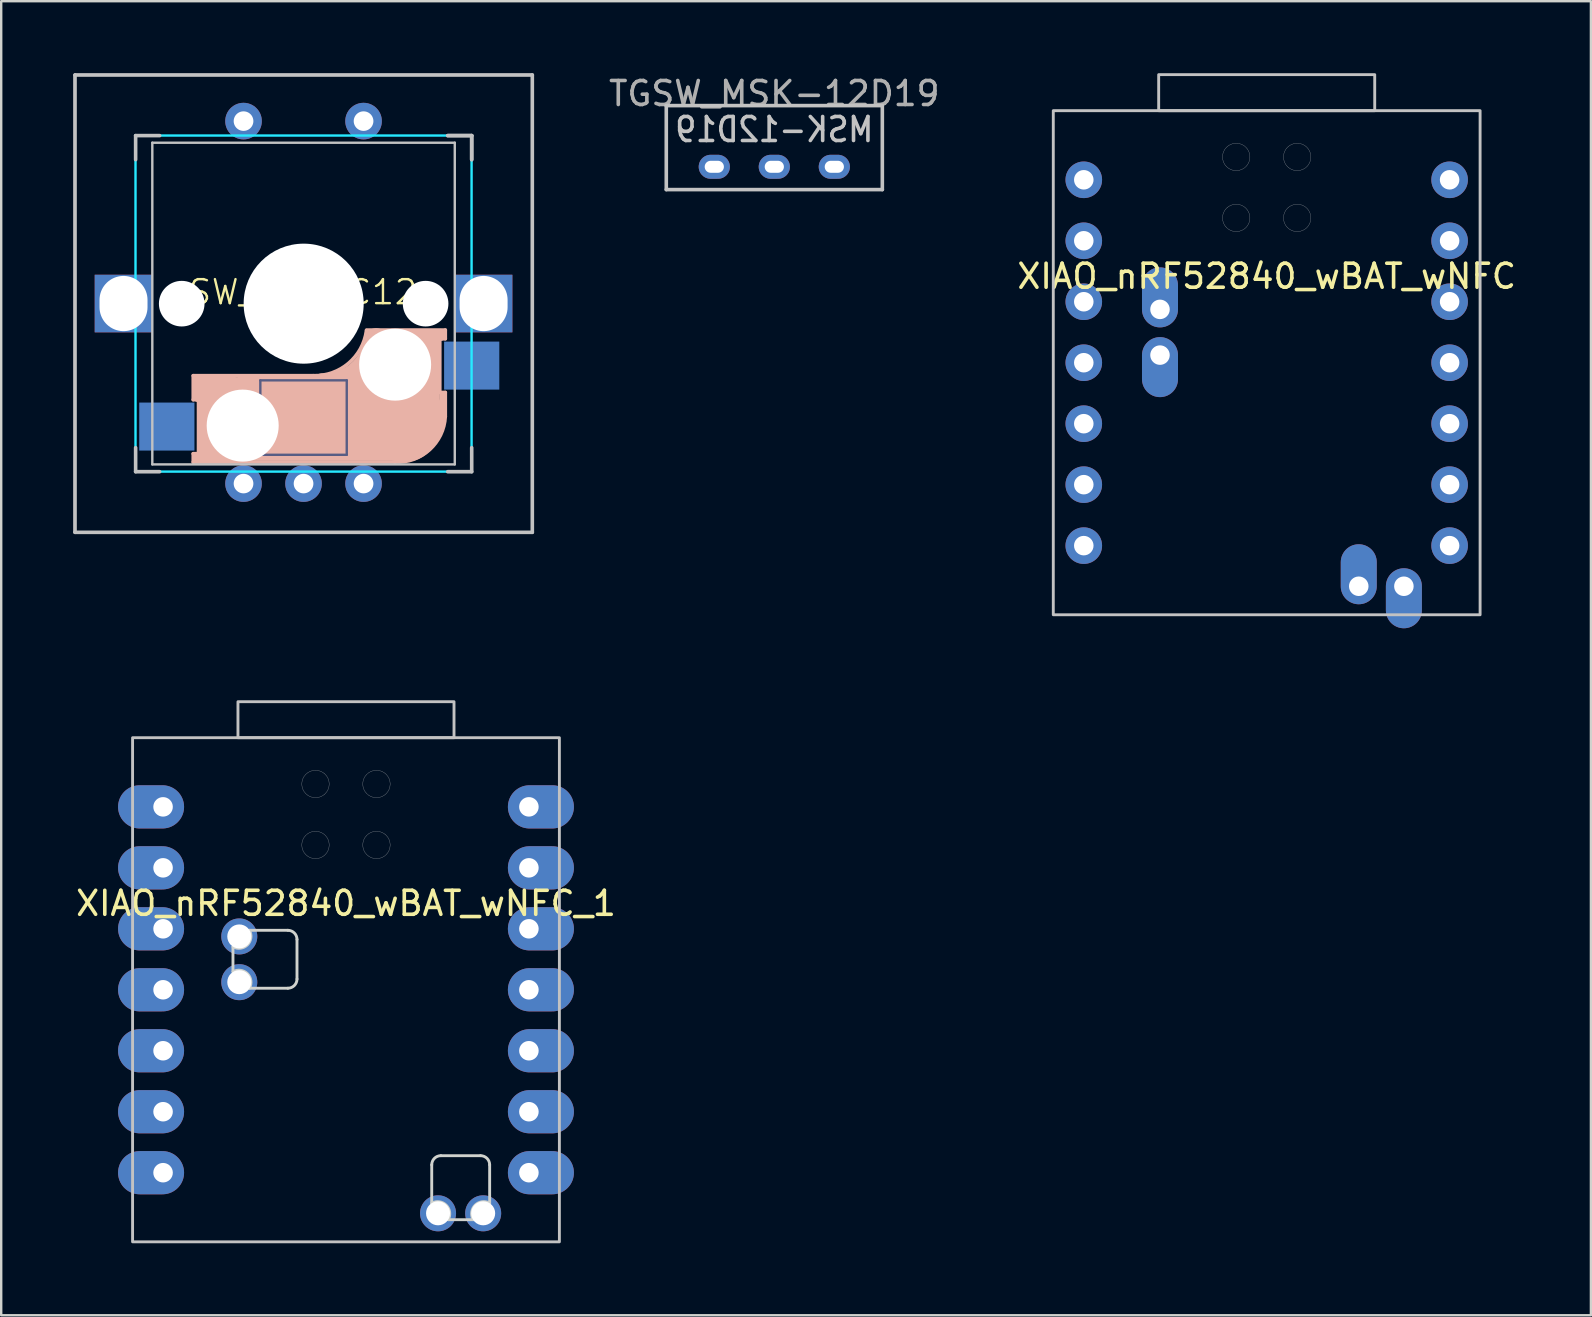
<source format=kicad_pcb>
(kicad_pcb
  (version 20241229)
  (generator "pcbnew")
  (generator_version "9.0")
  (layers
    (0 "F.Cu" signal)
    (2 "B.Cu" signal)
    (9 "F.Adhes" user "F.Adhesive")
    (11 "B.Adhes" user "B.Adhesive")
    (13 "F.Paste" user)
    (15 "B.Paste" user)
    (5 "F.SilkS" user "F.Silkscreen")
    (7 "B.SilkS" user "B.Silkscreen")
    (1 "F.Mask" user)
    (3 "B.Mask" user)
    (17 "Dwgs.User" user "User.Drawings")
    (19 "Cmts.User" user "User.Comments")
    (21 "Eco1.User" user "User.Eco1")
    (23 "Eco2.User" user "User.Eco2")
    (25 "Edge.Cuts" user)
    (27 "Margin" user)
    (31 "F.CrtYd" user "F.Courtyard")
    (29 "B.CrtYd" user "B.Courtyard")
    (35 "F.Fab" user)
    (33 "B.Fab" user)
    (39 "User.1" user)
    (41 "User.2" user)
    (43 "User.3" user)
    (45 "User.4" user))
  (footprint "TGSW_MSK-12D19"
    (layer "F.Cu")
    (at 29.206 1.148)
    (property "Reference" "TGSW_MSK-12D19" (at 0 -0.3 0) (layer "F.Fab") (effects (font (size 1 1) (thickness 0.15))))
    (attr through_hole)
    (fp_line (start -4.5 0.2) (end 4.5 0.2) (stroke (width 0.15) (type solid)) (layer "Dwgs.User"))
    (fp_line (start -4.5 3.7) (end -4.5 0.2) (stroke (width 0.15) (type solid)) (layer "Dwgs.User"))
    (fp_line (start 4.5 0.2) (end 4.5 3.7) (stroke (width 0.15) (type solid)) (layer "Dwgs.User"))
    (fp_line (start 4.5 3.7) (end -4.5 3.7) (stroke (width 0.15) (type solid)) (layer "Dwgs.User"))
    (fp_text user "MSK-12D19" (at 0 1.2 0) (layer "Dwgs.User") (effects (font (size 1 0.9) (thickness 0.15)) (justify mirror)))
    (pad "1" thru_hole oval (at -2.5 2.75) (size 1.3 1) (drill oval 0.8 0.5) (layers "*.Cu" "*.Mask"))
    (pad "2" thru_hole oval (at 0 2.75) (size 1.3 1) (drill oval 0.8 0.5) (layers "*.Cu" "*.Mask"))
    (pad "3" thru_hole oval (at 2.5 2.75) (size 1.3 1) (drill oval 0.8 0.5) (layers "*.Cu" "*.Mask")))
  (footprint "SW_MX_EC12"
    (layer "F.Cu")
    (at 9.57 9.62)
    (property "Reference" "SW_MX_EC12" (at 0 -0.5 0) (unlocked yes) (layer "F.SilkS") (effects (font (size 1 1) (thickness 0.1))))
    (attr smd)
    (fp_line (start -4.57 2.98) (end -4.57 3.98) (stroke (width 0.15) (type solid)) (layer "B.SilkS"))
    (fp_line (start -4.57 3.98) (end -4.37 3.98) (stroke (width 0.15) (type solid)) (layer "B.SilkS"))
    (fp_line (start -4.57 6.23) (end -4.57 6.58) (stroke (width 0.15) (type solid)) (layer "B.SilkS"))
    (fp_line (start -4.57 6.58) (end 3.83 6.58) (stroke (width 0.15) (type solid)) (layer "B.SilkS"))
    (fp_line (start -4.37 3.88) (end -4.37 3.18) (stroke (width 0.4) (type solid)) (layer "B.SilkS"))
    (fp_line (start -4.37 6.23) (end -4.57 6.23) (stroke (width 0.15) (type solid)) (layer "B.SilkS"))
    (fp_line (start -4.37 6.38) (end -2.97 6.38) (stroke (width 0.4) (type solid)) (layer "B.SilkS"))
    (fp_line (start -4.35 3.98) (end -4.35 6.23) (stroke (width 0.15) (type solid)) (layer "B.SilkS"))
    (fp_line (start -4.27 3.28) (end -2.87 3.28) (stroke (width 0.5) (type solid)) (layer "B.SilkS"))
    (fp_line (start -3.87 5.98) (end -3.87 3.48) (stroke (width 1) (type solid)) (layer "B.SilkS"))
    (fp_line (start -2.57 4.78) (end 4.13 4.78) (stroke (width 3.5) (type solid)) (layer "B.SilkS"))
    (fp_line (start 0.43 2.98) (end -4.57 2.98) (stroke (width 0.15) (type solid)) (layer "B.SilkS"))
    (fp_line (start 4.2 5.08) (end 4.2 2.84) (stroke (width 3) (type solid)) (layer "B.SilkS"))
    (fp_line (start 5.33 1.58) (end 5.33 3.38) (stroke (width 0.8) (type solid)) (layer "B.SilkS"))
    (fp_line (start 5.7 3.68) (end 5.7 1.44) (stroke (width 0.15) (type solid)) (layer "B.SilkS"))
    (fp_line (start 5.73 1.44) (end 5.93 1.44) (stroke (width 0.15) (type solid)) (layer "B.SilkS"))
    (fp_line (start 5.73 1.28) (end 3.03 1.28) (stroke (width 0.5) (type solid)) (layer "B.SilkS"))
    (fp_line (start 5.83 3.78) (end 5.83 4.68) (stroke (width 0.3) (type solid)) (layer "B.SilkS"))
    (fp_line (start 5.93 1.08) (end 2.65 1.08) (stroke (width 0.15) (type solid)) (layer "B.SilkS"))
    (fp_line (start 5.93 1.08) (end 5.93 1.44) (stroke (width 0.15) (type solid)) (layer "B.SilkS"))
    (fp_line (start 5.93 3.68) (end 5.73 3.68) (stroke (width 0.15) (type solid)) (layer "B.SilkS"))
    (fp_line (start 5.93 4.68) (end 5.93 3.68) (stroke (width 0.15) (type solid)) (layer "B.SilkS"))
    (fp_arc (start 2.646318 1.101472) (mid 1.898709 2.466118) (end 0.43 2.98) (stroke (width 0.15) (type solid)) (layer "B.SilkS"))
    (fp_arc (start 3.046318 1.501471) (mid 2.298709 2.866118) (end 0.83 3.38) (stroke (width 1) (type solid)) (layer "B.SilkS"))
    (fp_arc (start 5.93 4.679999) (mid 5.273504 6.064924) (end 3.830001 6.58) (stroke (width 0.15) (type solid)) (layer "B.SilkS"))
    (fp_line (start -9.5 -9.55) (end 9.55 -9.55) (stroke (width 0.1) (type solid)) (layer "Dwgs.User"))
    (fp_line (start -9.5 9.5) (end -9.5 -9.55) (stroke (width 0.1) (type solid)) (layer "Dwgs.User"))
    (fp_line (start -9.495 -9.545) (end 9.555 -9.545) (stroke (width 0.15) (type solid)) (layer "Dwgs.User"))
    (fp_line (start -9.495 9.505) (end -9.495 -9.545) (stroke (width 0.15) (type solid)) (layer "Dwgs.User"))
    (fp_line (start -6.97 -7.02) (end -6.97 -6.02) (stroke (width 0.15) (type solid)) (layer "Dwgs.User"))
    (fp_line (start -6.97 5.98) (end -6.97 6.98) (stroke (width 0.15) (type solid)) (layer "Dwgs.User"))
    (fp_line (start -6.97 6.98) (end -5.97 6.98) (stroke (width 0.15) (type solid)) (layer "Dwgs.User"))
    (fp_line (start -6.275 6.675) (end -6.275 -6.725) (stroke (width 0.1) (type default)) (layer "Dwgs.User"))
    (fp_line (start -5.97 -7.02) (end -6.97 -7.02) (stroke (width 0.15) (type solid)) (layer "Dwgs.User"))
    (fp_line (start 6.03 -7.02) (end 7.03 -7.02) (stroke (width 0.15) (type solid)) (layer "Dwgs.User"))
    (fp_line (start 6.03 -7.02) (end 7.03 -7.02) (stroke (width 0.15) (type solid)) (layer "Dwgs.User"))
    (fp_line (start 6.325 -6.725) (end -6.275 -6.725) (stroke (width 0.1) (type default)) (layer "Dwgs.User"))
    (fp_line (start 6.325 6.675) (end -6.275 6.675) (stroke (width 0.1) (type default)) (layer "Dwgs.User"))
    (fp_line (start 6.325 6.675) (end 6.325 -6.725) (stroke (width 0.1) (type default)) (layer "Dwgs.User"))
    (fp_line (start 7.03 -7.02) (end 7.03 -6.02) (stroke (width 0.15) (type solid)) (layer "Dwgs.User"))
    (fp_line (start 7.03 -7.02) (end 7.03 -6.02) (stroke (width 0.15) (type solid)) (layer "Dwgs.User"))
    (fp_line (start 7.03 5.98) (end 7.03 6.98) (stroke (width 0.15) (type solid)) (layer "Dwgs.User"))
    (fp_line (start 7.03 6.98) (end 6.03 6.98) (stroke (width 0.15) (type solid)) (layer "Dwgs.User"))
    (fp_line (start 9.55 -9.55) (end 9.55 9.5) (stroke (width 0.1) (type solid)) (layer "Dwgs.User"))
    (fp_line (start 9.55 9.5) (end -9.5 9.5) (stroke (width 0.1) (type solid)) (layer "Dwgs.User"))
    (fp_line (start 9.555 -9.545) (end 9.555 9.505) (stroke (width 0.15) (type solid)) (layer "Dwgs.User"))
    (fp_line (start 9.555 9.505) (end -9.495 9.505) (stroke (width 0.15) (type solid)) (layer "Dwgs.User"))
    (fp_line (start -6.975 -7.025) (end -6.975 6.975) (stroke (width 0.1) (type default)) (layer "B.CrtYd"))
    (fp_line (start -6.975 -7.025) (end 7.025 -7.025) (stroke (width 0.1) (type default)) (layer "B.CrtYd"))
    (fp_line (start -6.975 6.975) (end 7.025 6.975) (stroke (width 0.1) (type default)) (layer "B.CrtYd"))
    (fp_line (start 7.025 6.975) (end 7.025 -7.025) (stroke (width 0.1) (type default)) (layer "B.CrtYd"))
    (fp_line (start -1.775 3.175) (end 1.825 3.175) (stroke (width 0.1) (type default)) (layer "B.Fab"))
    (fp_line (start -1.775 6.275) (end -1.775 3.175) (stroke (width 0.1) (type default)) (layer "B.Fab"))
    (fp_line (start -1.775 6.275) (end 1.825 6.275) (stroke (width 0.1) (type default)) (layer "B.Fab"))
    (fp_line (start 1.825 6.275) (end 1.825 3.175) (stroke (width 0.1) (type default)) (layer "B.Fab"))
    (pad "" thru_hole rect (at -7.475 -0.025 270) (size 2.4 2.4) (drill oval 2.3 2) (layers "*.Cu" "*.Mask"))
    (pad "" np_thru_hole circle (at -5.05 -0.02 180) (size 1.9 1.9) (drill 1.9) (layers "*.Cu" "*.Mask"))
    (pad "" np_thru_hole circle (at -2.51 5.06) (size 3 3) (drill 3) (layers "*.Cu" "*.Mask"))
    (pad "" np_thru_hole circle (at 0.03 -0.02 270) (size 4.1 4.1) (drill 4.1) (layers "*.Cu" "*.Mask"))
    (pad "" np_thru_hole circle (at 0.03 -0.02 270) (size 5 5) (drill 5) (layers "*.Cu"))
    (pad "" np_thru_hole circle (at 3.84 2.52) (size 3 3) (drill 3) (layers "*.Cu" "*.Mask"))
    (pad "" np_thru_hole circle (at 5.11 -0.02 180) (size 1.9 1.9) (drill 1.9) (layers "*.Cu" "*.Mask"))
    (pad "" thru_hole rect (at 7.525 -0.025 270) (size 2.4 2.4) (drill oval 2.3 2) (layers "*.Cu" "*.Mask"))
    (pad "1" thru_hole circle (at 2.525 -7.625) (size 1.524 1.524) (drill oval 0.82 0.813) (layers "*.Cu" "*.Mask"))
    (pad "1" smd rect (at 7.03 2.56) (size 2.3 2) (layers "B.Cu" "B.Mask" "B.Paste"))
    (pad "2" smd rect (at -5.67 5.1) (size 2.3 2) (layers "B.Cu" "B.Mask" "B.Paste"))
    (pad "2" thru_hole circle (at -2.475 -7.625) (size 1.524 1.524) (drill oval 0.82 0.813) (layers "*.Cu" "*.Mask"))
    (pad "A" thru_hole circle (at -2.475 7.475) (size 1.524 1.524) (drill oval 0.82 0.813) (layers "*.Cu" "*.Mask"))
    (pad "B" thru_hole circle (at 2.525 7.475) (size 1.524 1.524) (drill oval 0.82 0.813) (layers "*.Cu" "*.Mask"))
    (pad "C" thru_hole circle (at 0.025 7.475) (size 1.524 1.524) (drill oval 0.82 0.813) (layers "*.Cu" "*.Mask")))
  (footprint "XIAO_nRF52840_wBAT_wNFC"
    (layer "F.Cu")
    (at 49.718 1.56)
    (property "Reference" "XIAO_nRF52840_wBAT_wNFC" (at 0 6.9 0) (layer "F.SilkS") (effects (font (size 1 1) (thickness 0.15))))
    (attr through_hole exclude_from_pos_files)
    (fp_rect (start -8.89 21) (end 8.89 0) (stroke (width 0.12) (type solid)) (fill no) (layer "Dwgs.User"))
    (fp_rect (start -4.5 -1.5) (end 4.5 0) (stroke (width 0.12) (type solid)) (fill no) (layer "Dwgs.User"))
    (fp_circle (center -1.27 1.928) (end -0.699 1.928) (stroke (width 0.01) (type solid)) (fill no) (layer "Dwgs.User"))
    (fp_circle (center -1.27 4.468) (end -0.699 4.468) (stroke (width 0.01) (type solid)) (fill no) (layer "Dwgs.User"))
    (fp_circle (center 1.27 1.928) (end 1.841 1.928) (stroke (width 0.01) (type solid)) (fill no) (layer "Dwgs.User"))
    (fp_circle (center 1.27 4.468) (end 1.841 4.468) (stroke (width 0.01) (type solid)) (fill no) (layer "Dwgs.User"))
    (pad "1" thru_hole circle (at -7.62 2.88) (size 1.524 1.524) (drill 0.813) (layers "*.Cu" "*.Mask"))
    (pad "2" thru_hole circle (at -7.62 5.42) (size 1.524 1.524) (drill 0.813) (layers "*.Cu" "*.Mask"))
    (pad "3" thru_hole circle (at -7.62 7.96) (size 1.524 1.524) (drill 0.813) (layers "*.Cu" "*.Mask"))
    (pad "4" thru_hole circle (at -7.62 10.5) (size 1.524 1.524) (drill 0.813) (layers "*.Cu" "*.Mask"))
    (pad "5" thru_hole circle (at -7.62 13.04) (size 1.524 1.524) (drill 0.813) (layers "*.Cu" "*.Mask"))
    (pad "6" thru_hole circle (at -7.62 15.58) (size 1.524 1.524) (drill 0.813) (layers "*.Cu" "*.Mask"))
    (pad "7" thru_hole circle (at -7.62 18.12) (size 1.524 1.524) (drill 0.813) (layers "*.Cu" "*.Mask"))
    (pad "8" thru_hole circle (at 7.62 18.12) (size 1.524 1.524) (drill 0.813) (layers "*.Cu" "*.Mask"))
    (pad "9" thru_hole circle (at 7.62 15.58) (size 1.524 1.524) (drill 0.813) (layers "*.Cu" "*.Mask"))
    (pad "10" thru_hole circle (at 7.62 13.04) (size 1.524 1.524) (drill 0.813) (layers "*.Cu" "*.Mask"))
    (pad "11" thru_hole circle (at 7.62 10.5) (size 1.524 1.524) (drill 0.813) (layers "*.Cu" "*.Mask"))
    (pad "12" thru_hole circle (at 7.62 7.96) (size 1.524 1.524) (drill 0.813) (layers "*.Cu" "*.Mask"))
    (pad "13" thru_hole circle (at 7.62 5.42) (size 1.524 1.524) (drill 0.813) (layers "*.Cu" "*.Mask"))
    (pad "14" thru_hole circle (at 7.62 2.88) (size 1.524 1.524) (drill 0.813) (layers "*.Cu" "*.Mask"))
    (pad "15" thru_hole oval (at 3.835 19.812 90) (size 2.5 1.5) (drill 0.813 (offset 0.5 0)) (layers "*.Cu" "*.Mask"))
    (pad "16" thru_hole oval (at 5.715 19.812 270) (size 2.5 1.5) (drill 0.813 (offset 0.5 0)) (layers "*.Cu" "*.Mask"))
    (pad "20" thru_hole oval (at -4.445 10.183 270) (size 2.5 1.5) (drill 0.813 (offset 0.5 0)) (layers "*.Cu" "*.Mask"))
    (pad "21" thru_hole oval (at -4.445 8.278 90) (size 2.5 1.5) (drill 0.813 (offset 0.5 0)) (layers "*.Cu" "*.Mask")))
  (footprint "XIAO_nRF52840_wBAT_wNFC_1"
    (layer "F.Cu")
    (at 11.363 27.682)
    (property "Reference" "XIAO_nRF52840_wBAT_wNFC_1" (at 0 6.9 0) (layer "F.SilkS") (effects (font (size 1 1) (thickness 0.15))))
    (attr through_hole exclude_from_pos_files)
    (fp_rect (start -8.89 21) (end 8.89 0) (stroke (width 0.12) (type solid)) (fill no) (layer "Dwgs.User"))
    (fp_rect (start -4.5 -1.5) (end 4.5 0) (stroke (width 0.12) (type solid)) (fill no) (layer "Dwgs.User"))
    (fp_circle (center -1.27 1.928) (end -0.699 1.928) (stroke (width 0.01) (type solid)) (fill no) (layer "Dwgs.User"))
    (fp_circle (center -1.27 4.468) (end -0.699 4.468) (stroke (width 0.01) (type solid)) (fill no) (layer "Dwgs.User"))
    (fp_circle (center 1.27 1.928) (end 1.841 1.928) (stroke (width 0.01) (type solid)) (fill no) (layer "Dwgs.User"))
    (fp_circle (center 1.27 4.468) (end 1.841 4.468) (stroke (width 0.01) (type solid)) (fill no) (layer "Dwgs.User"))
    (fp_line (start -4.708 9.749) (end -4.708 8.708) (stroke (width 0.12) (type solid)) (layer "Edge.Cuts"))
    (fp_line (start -4.022 8.022) (end -2.422 8.022) (stroke (width 0.12) (type solid)) (layer "Edge.Cuts"))
    (fp_line (start -2.422 10.435) (end -4.022 10.435) (stroke (width 0.12) (type solid)) (layer "Edge.Cuts"))
    (fp_line (start -2.041 8.403) (end -2.041 10.054) (stroke (width 0.12) (type solid)) (layer "Edge.Cuts"))
    (fp_line (start 3.572 19.392) (end 3.572 17.792) (stroke (width 0.12) (type solid)) (layer "Edge.Cuts"))
    (fp_line (start 3.953 17.411) (end 5.604 17.411) (stroke (width 0.12) (type solid)) (layer "Edge.Cuts"))
    (fp_line (start 5.299 20.078) (end 4.258 20.078) (stroke (width 0.12) (type solid)) (layer "Edge.Cuts"))
    (fp_line (start 5.985 17.792) (end 5.985 19.392) (stroke (width 0.12) (type solid)) (layer "Edge.Cuts"))
    (fp_arc (start -4.707753 9.749447) (mid -4.104146 9.831637) (end -4.021953 10.435247) (stroke (width 0.12) (type solid)) (layer "Edge.Cuts"))
    (fp_arc (start -4.021953 8.022247) (mid -4.104144 8.625856) (end -4.707753 8.708047) (stroke (width 0.12) (type solid)) (layer "Edge.Cuts"))
    (fp_arc (start -2.421753 8.022247) (mid -2.152342 8.133838) (end -2.040753 8.403247) (stroke (width 0.12) (type solid)) (layer "Edge.Cuts"))
    (fp_arc (start -2.040753 10.054247) (mid -2.152344 10.323656) (end -2.421753 10.435247) (stroke (width 0.12) (type solid)) (layer "Edge.Cuts"))
    (fp_arc (start 3.572247 17.791753) (mid 3.683838 17.522342) (end 3.953247 17.410753) (stroke (width 0.12) (type solid)) (layer "Edge.Cuts"))
    (fp_arc (start 3.572247 19.391953) (mid 4.175856 19.474144) (end 4.258047 20.077753) (stroke (width 0.12) (type solid)) (layer "Edge.Cuts"))
    (fp_arc (start 5.299447 20.077753) (mid 5.381637 19.474146) (end 5.985247 19.391953) (stroke (width 0.12) (type solid)) (layer "Edge.Cuts"))
    (fp_arc (start 5.604247 17.410753) (mid 5.873656 17.522344) (end 5.985247 17.791753) (stroke (width 0.12) (type solid)) (layer "Edge.Cuts"))
    (pad "1" thru_hole oval (at -7.62 2.88) (size 2.75 1.8) (drill 0.813 (offset -0.5 0)) (layers "*.Cu" "*.Mask"))
    (pad "2" thru_hole oval (at -7.62 5.42) (size 2.75 1.8) (drill 0.813 (offset -0.5 0)) (layers "*.Cu" "*.Mask"))
    (pad "3" thru_hole oval (at -7.62 7.96) (size 2.75 1.8) (drill 0.813 (offset -0.5 0)) (layers "*.Cu" "*.Mask"))
    (pad "4" thru_hole oval (at -7.62 10.5) (size 2.75 1.8) (drill 0.813 (offset -0.5 0)) (layers "*.Cu" "*.Mask"))
    (pad "5" thru_hole oval (at -7.62 13.04) (size 2.75 1.8) (drill 0.813 (offset -0.5 0)) (layers "*.Cu" "*.Mask"))
    (pad "6" thru_hole oval (at -7.62 15.58) (size 2.75 1.8) (drill 0.813 (offset -0.5 0)) (layers "*.Cu" "*.Mask"))
    (pad "7" thru_hole oval (at -7.62 18.12) (size 2.75 1.8) (drill 0.813 (offset -0.5 0)) (layers "*.Cu" "*.Mask"))
    (pad "8" thru_hole oval (at 7.62 18.12) (size 2.75 1.8) (drill 0.813 (offset 0.5 0)) (layers "*.Cu" "*.Mask"))
    (pad "9" thru_hole oval (at 7.62 15.58) (size 2.75 1.8) (drill 0.813 (offset 0.5 0)) (layers "*.Cu" "*.Mask"))
    (pad "10" thru_hole oval (at 7.62 13.04) (size 2.75 1.8) (drill 0.813 (offset 0.5 0)) (layers "*.Cu" "*.Mask"))
    (pad "11" thru_hole oval (at 7.62 10.5) (size 2.75 1.8) (drill 0.813 (offset 0.5 0)) (layers "*.Cu" "*.Mask"))
    (pad "12" thru_hole oval (at 7.62 7.96) (size 2.75 1.8) (drill 0.813 (offset 0.5 0)) (layers "*.Cu" "*.Mask"))
    (pad "13" thru_hole oval (at 7.62 5.42) (size 2.75 1.8) (drill 0.813 (offset 0.5 0)) (layers "*.Cu" "*.Mask"))
    (pad "14" thru_hole oval (at 7.62 2.88) (size 2.75 1.8) (drill 0.813 (offset 0.5 0)) (layers "*.Cu" "*.Mask"))
    (pad "15" thru_hole circle (at 3.835 19.812 90) (size 1.5 1.5) (drill 1) (layers "*.Cu" "*.Mask"))
    (pad "16" thru_hole circle (at 5.715 19.812 270) (size 1.5 1.5) (drill 1) (layers "*.Cu" "*.Mask"))
    (pad "20" thru_hole circle (at -4.445 10.183 270) (size 1.5 1.5) (drill 1) (layers "*.Cu" "*.Mask"))
    (pad "21" thru_hole circle (at -4.445 8.278 90) (size 1.5 1.5) (drill 1) (layers "*.Cu" "*.Mask")))
  (gr_rect
    (start -3 -3)
    (end 63.224 51.742)
    (stroke (width 0.1) (type default))
    (fill no)
    (layer "Edge.Cuts")))
</source>
